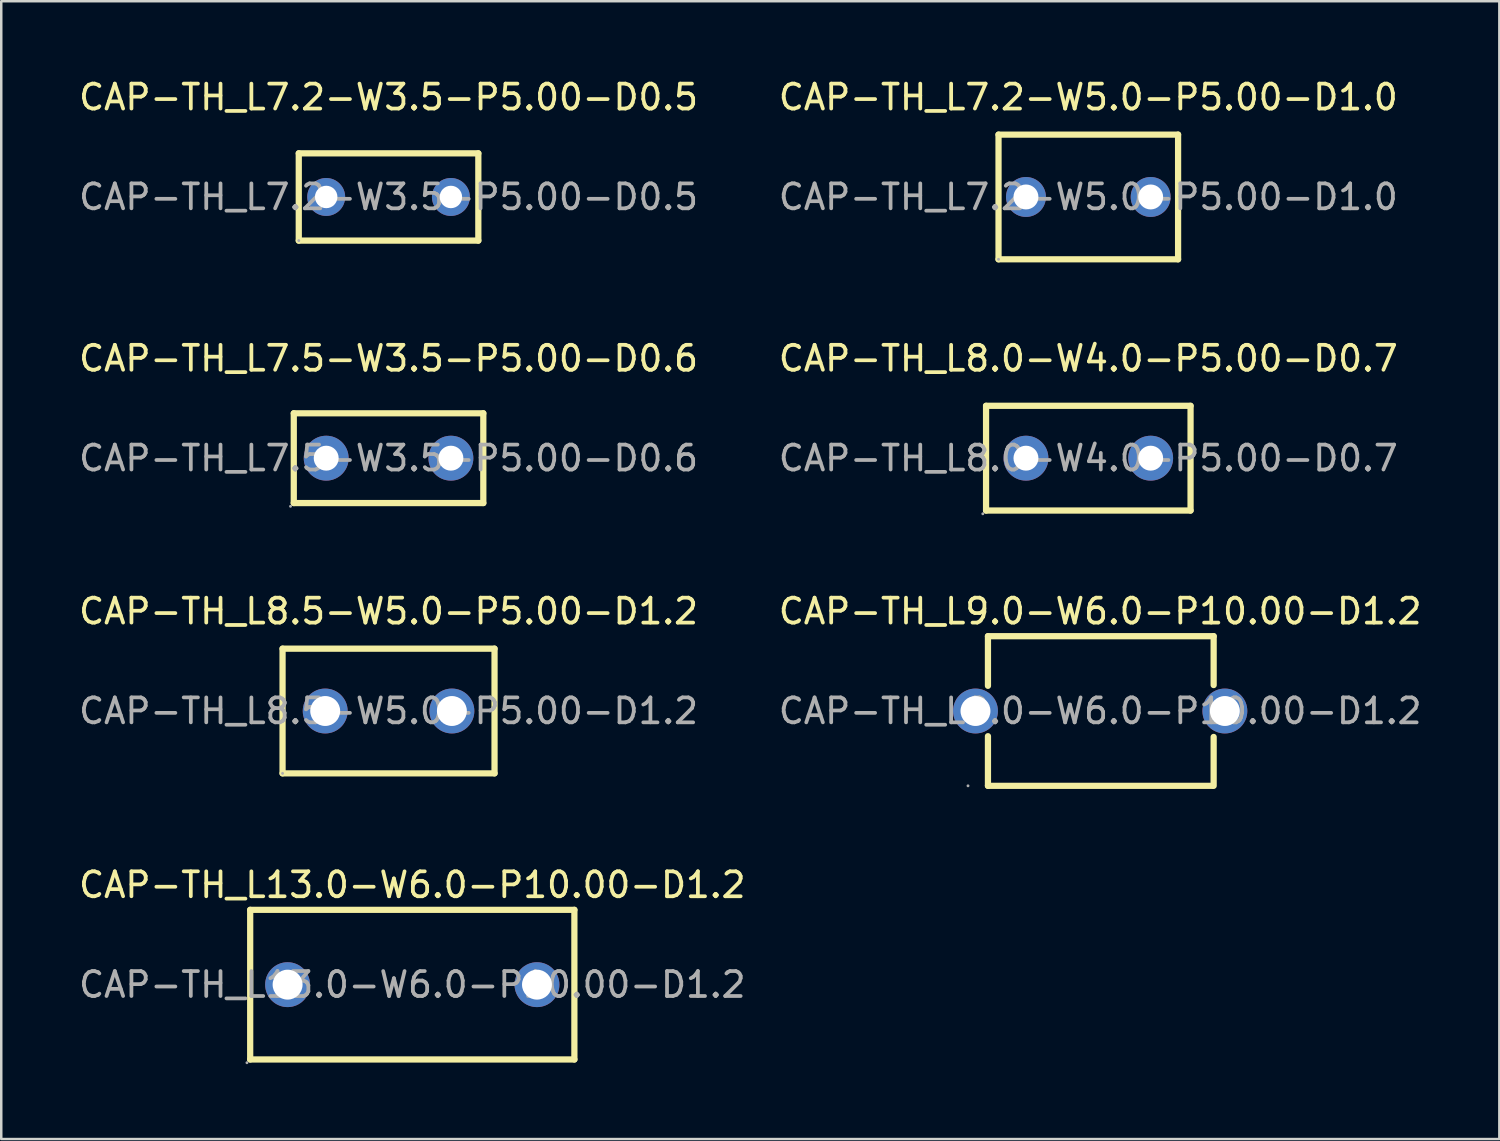
<source format=kicad_pcb>
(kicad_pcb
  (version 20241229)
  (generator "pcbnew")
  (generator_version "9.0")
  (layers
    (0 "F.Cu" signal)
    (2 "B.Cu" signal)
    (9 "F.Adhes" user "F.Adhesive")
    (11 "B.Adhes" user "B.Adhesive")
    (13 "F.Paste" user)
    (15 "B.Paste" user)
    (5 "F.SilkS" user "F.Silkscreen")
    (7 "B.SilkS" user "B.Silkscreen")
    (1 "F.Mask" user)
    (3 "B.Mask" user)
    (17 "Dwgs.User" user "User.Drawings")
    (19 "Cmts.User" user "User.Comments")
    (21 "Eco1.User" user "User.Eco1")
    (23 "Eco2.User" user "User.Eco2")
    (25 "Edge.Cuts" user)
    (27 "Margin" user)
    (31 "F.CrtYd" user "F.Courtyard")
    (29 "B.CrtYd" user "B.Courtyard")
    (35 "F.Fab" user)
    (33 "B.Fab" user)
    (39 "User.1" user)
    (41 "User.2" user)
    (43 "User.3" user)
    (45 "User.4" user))
  (footprint "CAP-TH_L7.2-W5.0-P5.00-D1.0"
    (layer "F.Cu")
    (at 40.589 4.848)
    (property "Reference" "CAP-TH_L7.2-W5.0-P5.00-D1.0" (at 0 -4 0) (layer "F.SilkS") (effects (font (size 1 1) (thickness 0.15))))
    (attr through_hole)
    (fp_line (start -3.6 -2.5) (end 3.6 -2.5) (stroke (width 0.25) (type solid)) (layer "F.SilkS"))
    (fp_line (start -3.6 2.5) (end -3.6 -2.5) (stroke (width 0.25) (type solid)) (layer "F.SilkS"))
    (fp_line (start -3.6 2.5) (end 3.6 2.5) (stroke (width 0.25) (type solid)) (layer "F.SilkS"))
    (fp_line (start 3.6 -2.5) (end 3.6 2.5) (stroke (width 0.25) (type solid)) (layer "F.SilkS"))
    (fp_circle (center -3.6 2.5) (end -3.57 2.5) (stroke (width 0.06) (type solid)) (fill no) (layer "F.Fab"))
    (fp_circle (center -2.5 0) (end -2.35 0) (stroke (width 0.3) (type solid)) (fill no) (layer "F.Fab"))
    (fp_circle (center 2.5 0) (end 2.65 0) (stroke (width 0.3) (type solid)) (fill no) (layer "F.Fab"))
    (fp_text user "${REFERENCE}" (at 0 0 0) (layer "F.Fab") (effects (font (size 1 1) (thickness 0.15))))
    (pad "1" thru_hole circle (at -2.5 0) (size 1.6 1.6) (drill 1) (layers "*.Cu" "*.Paste" "*.Mask"))
    (pad "2" thru_hole circle (at 2.5 0) (size 1.6 1.6) (drill 1) (layers "*.Cu" "*.Paste" "*.Mask")))
  (footprint "CAP-TH_L8.0-W4.0-P5.00-D0.7"
    (layer "F.Cu")
    (at 40.589 15.322)
    (property "Reference" "CAP-TH_L8.0-W4.0-P5.00-D0.7" (at 0 -4 0) (layer "F.SilkS") (effects (font (size 1 1) (thickness 0.15))))
    (attr through_hole)
    (fp_line (start -4.1 -2.1) (end -4.1 2.1) (stroke (width 0.25) (type solid)) (layer "F.SilkS"))
    (fp_line (start -4.1 -2.1) (end 4.1 -2.1) (stroke (width 0.25) (type solid)) (layer "F.SilkS"))
    (fp_line (start -4.1 2.1) (end 4.1 2.1) (stroke (width 0.25) (type solid)) (layer "F.SilkS"))
    (fp_line (start 4.1 -2.1) (end 4.1 2.1) (stroke (width 0.25) (type solid)) (layer "F.SilkS"))
    (fp_circle (center -4.23 2.23) (end -4.2 2.23) (stroke (width 0.06) (type solid)) (fill no) (layer "F.Fab"))
    (fp_circle (center -2.5 0) (end -2.3 0) (stroke (width 0.4) (type solid)) (fill no) (layer "F.Fab"))
    (fp_circle (center 2.5 0) (end 2.7 0) (stroke (width 0.4) (type solid)) (fill no) (layer "F.Fab"))
    (fp_text user "${REFERENCE}" (at 0 0 0) (layer "F.Fab") (effects (font (size 1 1) (thickness 0.15))))
    (pad "1" thru_hole circle (at -2.5 0) (size 1.8 1.8) (drill 1) (layers "*.Cu" "*.Paste" "*.Mask"))
    (pad "2" thru_hole circle (at 2.5 0) (size 1.8 1.8) (drill 1) (layers "*.Cu" "*.Paste" "*.Mask")))
  (footprint "CAP-TH_L9.0-W6.0-P10.00-D1.2"
    (layer "F.Cu")
    (at 41.065 25.46)
    (property "Reference" "CAP-TH_L9.0-W6.0-P10.00-D1.2" (at 0 -4 0) (layer "F.SilkS") (effects (font (size 1 1) (thickness 0.15))))
    (attr through_hole)
    (fp_line (start -4.5 -3) (end -4.5 -1.01) (stroke (width 0.25) (type solid)) (layer "F.SilkS"))
    (fp_line (start -4.5 -3) (end 4.55 -3) (stroke (width 0.25) (type solid)) (layer "F.SilkS"))
    (fp_line (start -4.5 1.01) (end -4.5 3) (stroke (width 0.25) (type solid)) (layer "F.SilkS"))
    (fp_line (start -4.5 3) (end 4.5 3) (stroke (width 0.25) (type solid)) (layer "F.SilkS"))
    (fp_line (start 4.55 -3) (end 4.55 -1.04) (stroke (width 0.25) (type solid)) (layer "F.SilkS"))
    (fp_line (start 4.55 1.04) (end 4.55 3) (stroke (width 0.25) (type solid)) (layer "F.SilkS"))
    (fp_circle (center -5.3 3) (end -5.27 3) (stroke (width 0.06) (type solid)) (fill no) (layer "F.Fab"))
    (fp_circle (center -5 0) (end -4.85 0) (stroke (width 0.3) (type solid)) (fill no) (layer "F.Fab"))
    (fp_circle (center 5 0) (end 5.15 0) (stroke (width 0.3) (type solid)) (fill no) (layer "F.Fab"))
    (fp_text user "${REFERENCE}" (at 0 0 0) (layer "F.Fab") (effects (font (size 1 1) (thickness 0.15))))
    (pad "1" thru_hole circle (at -5 0) (size 1.8 1.8) (drill 1.2) (layers "*.Cu" "*.Paste" "*.Mask"))
    (pad "2" thru_hole circle (at 5 0) (size 1.8 1.8) (drill 1.2) (layers "*.Cu" "*.Paste" "*.Mask")))
  (footprint "CAP-TH_L13.0-W6.0-P10.00-D1.2"
    (layer "F.Cu")
    (at 13.482 36.433)
    (property "Reference" "CAP-TH_L13.0-W6.0-P10.00-D1.2" (at 0 -4 0) (layer "F.SilkS") (effects (font (size 1 1) (thickness 0.15))))
    (attr through_hole)
    (fp_line (start -6.5 -3) (end 6.5 -3) (stroke (width 0.25) (type solid)) (layer "F.SilkS"))
    (fp_line (start -6.5 3) (end -6.5 -3) (stroke (width 0.25) (type solid)) (layer "F.SilkS"))
    (fp_line (start -6.5 3) (end 6.5 3) (stroke (width 0.25) (type solid)) (layer "F.SilkS"))
    (fp_line (start 6.5 -3) (end 6.5 3) (stroke (width 0.25) (type solid)) (layer "F.SilkS"))
    (fp_circle (center -6.63 3.13) (end -6.6 3.13) (stroke (width 0.06) (type solid)) (fill no) (layer "F.Fab"))
    (fp_circle (center -5 0) (end -4.75 0) (stroke (width 0.5) (type solid)) (fill no) (layer "F.Fab"))
    (fp_circle (center 5 0) (end 5.25 0) (stroke (width 0.5) (type solid)) (fill no) (layer "F.Fab"))
    (fp_text user "${REFERENCE}" (at 0 0 0) (layer "F.Fab") (effects (font (size 1 1) (thickness 0.15))))
    (pad "1" thru_hole circle (at -5 0) (size 1.8 1.8) (drill 1.2) (layers "*.Cu" "*.Paste" "*.Mask"))
    (pad "2" thru_hole circle (at 5 0) (size 1.8 1.8) (drill 1.2) (layers "*.Cu" "*.Paste" "*.Mask")))
  (footprint "CAP-TH_L8.5-W5.0-P5.00-D1.2"
    (layer "F.Cu")
    (at 12.53 25.46)
    (property "Reference" "CAP-TH_L8.5-W5.0-P5.00-D1.2" (at 0 -4 0) (layer "F.SilkS") (effects (font (size 1 1) (thickness 0.15))))
    (attr through_hole)
    (fp_line (start -4.25 -2.5) (end 4.25 -2.5) (stroke (width 0.25) (type solid)) (layer "F.SilkS"))
    (fp_line (start -4.25 2.5) (end -4.25 -2.5) (stroke (width 0.25) (type solid)) (layer "F.SilkS"))
    (fp_line (start 4.25 -2.5) (end 4.25 2.5) (stroke (width 0.25) (type solid)) (layer "F.SilkS"))
    (fp_line (start 4.25 2.5) (end -4.25 2.5) (stroke (width 0.25) (type solid)) (layer "F.SilkS"))
    (fp_circle (center -4.25 2.5) (end -4.22 2.5) (stroke (width 0.06) (type solid)) (fill no) (layer "F.Fab"))
    (fp_circle (center -2.54 0) (end -2.34 0) (stroke (width 0.4) (type solid)) (fill no) (layer "F.Fab"))
    (fp_circle (center 2.54 0) (end 2.74 0) (stroke (width 0.4) (type solid)) (fill no) (layer "F.Fab"))
    (fp_text user "${REFERENCE}" (at 0 0 0) (layer "F.Fab") (effects (font (size 1 1) (thickness 0.15))))
    (pad "1" thru_hole circle (at -2.54 0) (size 1.8 1.8) (drill 1.2) (layers "*.Cu" "*.Paste" "*.Mask"))
    (pad "2" thru_hole circle (at 2.54 0) (size 1.8 1.8) (drill 1.2) (layers "*.Cu" "*.Paste" "*.Mask")))
  (footprint "CAP-TH_L7.2-W3.5-P5.00-D0.5"
    (layer "F.Cu")
    (at 12.53 4.848)
    (property "Reference" "CAP-TH_L7.2-W3.5-P5.00-D0.5" (at 0 -4 0) (layer "F.SilkS") (effects (font (size 1 1) (thickness 0.15))))
    (attr through_hole)
    (fp_line (start -3.6 -1.75) (end 3.6 -1.75) (stroke (width 0.25) (type solid)) (layer "F.SilkS"))
    (fp_line (start -3.6 1.75) (end -3.6 -1.75) (stroke (width 0.25) (type solid)) (layer "F.SilkS"))
    (fp_line (start 3.6 -1.75) (end 3.6 1.75) (stroke (width 0.25) (type solid)) (layer "F.SilkS"))
    (fp_line (start 3.6 1.75) (end -3.6 1.75) (stroke (width 0.25) (type solid)) (layer "F.SilkS"))
    (fp_circle (center -3.6 1.75) (end -3.57 1.75) (stroke (width 0.06) (type solid)) (fill no) (layer "F.Fab"))
    (fp_circle (center -2.5 0) (end -2.38 0) (stroke (width 0.25) (type solid)) (fill no) (layer "F.Fab"))
    (fp_circle (center 2.5 0) (end 2.62 0) (stroke (width 0.25) (type solid)) (fill no) (layer "F.Fab"))
    (fp_text user "${REFERENCE}" (at 0 0 0) (layer "F.Fab") (effects (font (size 1 1) (thickness 0.15))))
    (pad "1" thru_hole circle (at -2.5 0) (size 1.52 1.52) (drill 0.9) (layers "*.Cu" "*.Paste" "*.Mask"))
    (pad "2" thru_hole circle (at 2.5 0) (size 1.52 1.52) (drill 0.9) (layers "*.Cu" "*.Paste" "*.Mask")))
  (footprint "CAP-TH_L7.5-W3.5-P5.00-D0.6"
    (layer "F.Cu")
    (at 12.53 15.322)
    (property "Reference" "CAP-TH_L7.5-W3.5-P5.00-D0.6" (at 0 -4 0) (layer "F.SilkS") (effects (font (size 1 1) (thickness 0.15))))
    (attr through_hole)
    (fp_line (start -3.8 -1.8) (end -3.8 1.8) (stroke (width 0.25) (type solid)) (layer "F.SilkS"))
    (fp_line (start -3.8 -1.8) (end 3.8 -1.8) (stroke (width 0.25) (type solid)) (layer "F.SilkS"))
    (fp_line (start -3.8 1.8) (end 3.8 1.8) (stroke (width 0.25) (type solid)) (layer "F.SilkS"))
    (fp_line (start 3.8 -1.8) (end 3.8 1.8) (stroke (width 0.25) (type solid)) (layer "F.SilkS"))
    (fp_circle (center -3.93 1.93) (end -3.9 1.93) (stroke (width 0.06) (type solid)) (fill no) (layer "F.Fab"))
    (fp_circle (center -2.5 0) (end -2.3 0) (stroke (width 0.4) (type solid)) (fill no) (layer "F.Fab"))
    (fp_circle (center 2.5 0) (end 2.7 0) (stroke (width 0.4) (type solid)) (fill no) (layer "F.Fab"))
    (fp_text user "${REFERENCE}" (at 0 0 0) (layer "F.Fab") (effects (font (size 1 1) (thickness 0.15))))
    (pad "1" thru_hole circle (at -2.5 0) (size 1.8 1.8) (drill 1) (layers "*.Cu" "*.Paste" "*.Mask"))
    (pad "2" thru_hole circle (at 2.5 0) (size 1.8 1.8) (drill 1) (layers "*.Cu" "*.Paste" "*.Mask")))
  (gr_rect
    (start -3 -3)
    (end 57.071 42.623)
    (stroke (width 0.1) (type default))
    (fill no)
    (layer "Edge.Cuts")))
</source>
